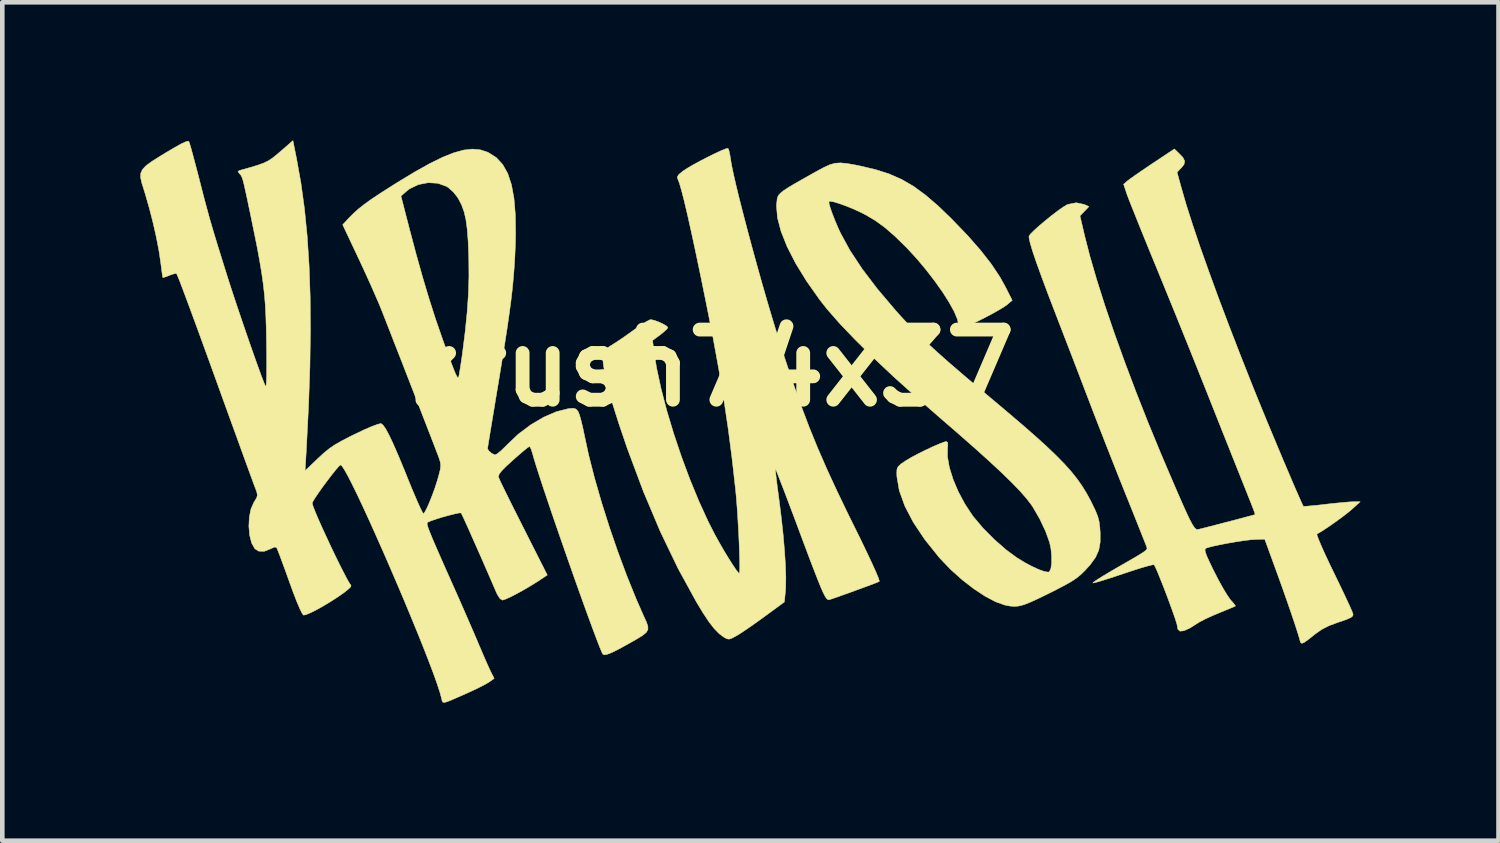
<source format=kicad_pcb>
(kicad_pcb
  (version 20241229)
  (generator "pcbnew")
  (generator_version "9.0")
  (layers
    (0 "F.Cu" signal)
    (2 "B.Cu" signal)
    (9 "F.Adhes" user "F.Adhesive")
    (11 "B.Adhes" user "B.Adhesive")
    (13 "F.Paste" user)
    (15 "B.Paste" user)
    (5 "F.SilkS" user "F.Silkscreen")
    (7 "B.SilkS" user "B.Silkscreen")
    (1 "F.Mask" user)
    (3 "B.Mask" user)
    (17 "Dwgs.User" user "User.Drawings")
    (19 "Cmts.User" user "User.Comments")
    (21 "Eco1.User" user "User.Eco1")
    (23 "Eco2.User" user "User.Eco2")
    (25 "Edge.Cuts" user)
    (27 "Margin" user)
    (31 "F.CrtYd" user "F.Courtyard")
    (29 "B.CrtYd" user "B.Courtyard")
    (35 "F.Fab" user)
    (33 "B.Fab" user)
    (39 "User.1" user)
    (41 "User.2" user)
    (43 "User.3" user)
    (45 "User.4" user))
  (footprint "krush74x37"
    (layer "F.Cu")
    (at 12.368 4.945)
    (property "Reference" "krush74x37" (at 0 0 0) (layer "F.SilkS") (effects (font (size 1.524 1.524) (thickness 0.3))))
    (attr through_hole)
    (fp_poly (pts (xy 0.398 -4.772) (xy 0.418 -4.729) (xy 0.439 -4.636) (xy 0.453 -4.545) (xy 0.476 -4.408) (xy 0.517 -4.21) (xy 0.575 -3.959) (xy 0.647 -3.665) (xy 0.731 -3.336) (xy 0.824 -2.981) (xy 0.924 -2.608) (xy 1.029 -2.226) (xy 1.136 -1.843) (xy 1.244 -1.469) (xy 1.35 -1.112) (xy 1.434 -0.835) (xy 1.623 -0.238) (xy 1.803 0.302) (xy 1.979 0.801) (xy 2.158 1.275) (xy 2.346 1.737) (xy 2.549 2.203) (xy 2.773 2.687) (xy 3.023 3.206) (xy 3.121 3.404) (xy 3.279 3.724) (xy 3.413 4.002) (xy 3.523 4.236) (xy 3.606 4.42) (xy 3.661 4.551) (xy 3.685 4.624) (xy 3.684 4.638) (xy 3.641 4.657) (xy 3.545 4.694) (xy 3.408 4.745) (xy 3.247 4.804) (xy 3.075 4.867) (xy 2.907 4.927) (xy 2.758 4.98) (xy 2.642 5.02) (xy 2.606 5.031) (xy 2.583 5.035) (xy 2.56 5.027) (xy 2.534 5.001) (xy 2.503 4.952) (xy 2.464 4.875) (xy 2.415 4.764) (xy 2.354 4.613) (xy 2.277 4.417) (xy 2.182 4.17) (xy 2.068 3.866) (xy 1.931 3.5) (xy 1.922 3.475) (xy 1.814 3.186) (xy 1.713 2.92) (xy 1.624 2.684) (xy 1.547 2.486) (xy 1.488 2.333) (xy 1.447 2.232) (xy 1.428 2.19) (xy 1.427 2.189) (xy 1.429 2.226) (xy 1.439 2.324) (xy 1.456 2.471) (xy 1.48 2.656) (xy 1.508 2.867) (xy 1.556 3.251) (xy 1.596 3.622) (xy 1.626 3.97) (xy 1.646 4.283) (xy 1.655 4.552) (xy 1.652 4.764) (xy 1.647 4.836) (xy 1.623 5.083) (xy 1.192 5.399) (xy 1.023 5.521) (xy 0.858 5.637) (xy 0.715 5.734) (xy 0.609 5.802) (xy 0.588 5.814) (xy 0.487 5.869) (xy 0.424 5.891) (xy 0.372 5.883) (xy 0.308 5.847) (xy 0.307 5.847) (xy 0.206 5.772) (xy 0.102 5.666) (xy -0.012 5.52) (xy -0.142 5.324) (xy -0.284 5.09) (xy -0.686 4.357) (xy -1.072 3.554) (xy -1.44 2.683) (xy -1.791 1.744) (xy -1.975 1.202) (xy -2.109 0.778) (xy -2.21 0.418) (xy -2.278 0.123) (xy -2.314 -0.108) (xy -2.32 -0.218) (xy -2.317 -0.308) (xy -2.297 -0.369) (xy -2.247 -0.42) (xy -2.152 -0.483) (xy -2.122 -0.501) (xy -2.002 -0.578) (xy -1.85 -0.681) (xy -1.693 -0.793) (xy -1.633 -0.836) (xy -1.503 -0.928) (xy -1.389 -1.001) (xy -1.307 -1.044) (xy -1.279 -1.051) (xy -1.207 -1.037) (xy -1.11 -1.001) (xy -1.012 -0.956) (xy -0.937 -0.912) (xy -0.907 -0.879) (xy -0.934 -0.842) (xy -1.003 -0.779) (xy -1.073 -0.723) (xy -1.24 -0.599) (xy -1.216 -0.399) (xy -1.154 -0.003) (xy -1.058 0.441) (xy -0.934 0.919) (xy -0.784 1.418) (xy -0.615 1.922) (xy -0.43 2.419) (xy -0.234 2.895) (xy -0.032 3.336) (xy 0.115 3.624) (xy 0.212 3.799) (xy 0.313 3.974) (xy 0.413 4.138) (xy 0.503 4.28) (xy 0.577 4.389) (xy 0.627 4.452) (xy 0.642 4.463) (xy 0.65 4.429) (xy 0.654 4.333) (xy 0.652 4.186) (xy 0.647 4) (xy 0.639 3.785) (xy 0.628 3.551) (xy 0.614 3.311) (xy 0.599 3.074) (xy 0.582 2.852) (xy 0.564 2.655) (xy 0.561 2.631) (xy 0.487 1.974) (xy 0.404 1.332) (xy 0.308 0.687) (xy 0.197 0.022) (xy 0.069 -0.679) (xy -0.07 -1.382) (xy -0.19 -1.971) (xy -0.298 -2.489) (xy -0.394 -2.936) (xy -0.478 -3.312) (xy -0.55 -3.618) (xy -0.61 -3.851) (xy -0.657 -4.014) (xy -0.692 -4.105) (xy -0.693 -4.106) (xy -0.703 -4.153) (xy -0.672 -4.202) (xy -0.591 -4.27) (xy -0.572 -4.284) (xy -0.478 -4.345) (xy -0.349 -4.42) (xy -0.198 -4.502) (xy -0.04 -4.584) (xy 0.113 -4.659) (xy 0.245 -4.72) (xy 0.344 -4.761) (xy 0.395 -4.773) (xy 0.398 -4.772)) (stroke (width 0.01) (type solid)) (fill yes) (layer "F.SilkS"))
    (fp_poly (pts (xy 2.989 -4.442) (xy 3.175 -4.409) (xy 3.277 -4.388) (xy 3.607 -4.31) (xy 3.901 -4.216) (xy 4.171 -4.097) (xy 4.43 -3.947) (xy 4.689 -3.757) (xy 4.963 -3.522) (xy 5.263 -3.233) (xy 5.263 -3.232) (xy 5.604 -2.878) (xy 5.888 -2.554) (xy 6.121 -2.255) (xy 6.309 -1.972) (xy 6.426 -1.76) (xy 6.573 -1.47) (xy 6.457 -1.372) (xy 6.377 -1.317) (xy 6.255 -1.244) (xy 6.105 -1.161) (xy 5.943 -1.076) (xy 5.783 -0.997) (xy 5.641 -0.931) (xy 5.531 -0.886) (xy 5.47 -0.87) (xy 5.416 -0.9) (xy 5.407 -0.939) (xy 5.382 -1.061) (xy 5.313 -1.225) (xy 5.204 -1.423) (xy 5.063 -1.646) (xy 4.895 -1.883) (xy 4.707 -2.127) (xy 4.505 -2.369) (xy 4.294 -2.598) (xy 4.257 -2.636) (xy 4.019 -2.868) (xy 3.807 -3.052) (xy 3.604 -3.2) (xy 3.394 -3.325) (xy 3.284 -3.381) (xy 3.125 -3.454) (xy 2.963 -3.52) (xy 2.814 -3.573) (xy 2.692 -3.61) (xy 2.613 -3.624) (xy 2.592 -3.62) (xy 2.593 -3.576) (xy 2.619 -3.482) (xy 2.665 -3.351) (xy 2.725 -3.198) (xy 2.793 -3.037) (xy 2.845 -2.926) (xy 3.048 -2.554) (xy 3.315 -2.15) (xy 3.646 -1.715) (xy 4.039 -1.251) (xy 4.165 -1.11) (xy 4.331 -0.932) (xy 4.513 -0.748) (xy 4.719 -0.55) (xy 4.954 -0.335) (xy 5.225 -0.095) (xy 5.539 0.175) (xy 5.901 0.481) (xy 6.047 0.603) (xy 6.437 0.931) (xy 6.775 1.219) (xy 7.066 1.473) (xy 7.314 1.697) (xy 7.524 1.898) (xy 7.702 2.079) (xy 7.852 2.246) (xy 7.979 2.405) (xy 8.088 2.559) (xy 8.184 2.715) (xy 8.273 2.877) (xy 8.3 2.931) (xy 8.379 3.095) (xy 8.43 3.221) (xy 8.46 3.333) (xy 8.476 3.459) (xy 8.484 3.572) (xy 8.484 3.782) (xy 8.454 3.955) (xy 8.385 4.111) (xy 8.27 4.271) (xy 8.149 4.404) (xy 8.066 4.485) (xy 7.976 4.559) (xy 7.867 4.632) (xy 7.726 4.713) (xy 7.541 4.81) (xy 7.367 4.897) (xy 7.14 5.008) (xy 6.965 5.088) (xy 6.829 5.142) (xy 6.718 5.171) (xy 6.622 5.18) (xy 6.526 5.172) (xy 6.417 5.151) (xy 6.409 5.149) (xy 6.21 5.078) (xy 5.981 4.957) (xy 5.734 4.794) (xy 5.483 4.599) (xy 5.238 4.38) (xy 5.013 4.145) (xy 4.983 4.112) (xy 4.672 3.724) (xy 4.424 3.352) (xy 4.24 2.999) (xy 4.12 2.666) (xy 4.067 2.356) (xy 4.065 2.276) (xy 4.069 2.2) (xy 4.093 2.144) (xy 4.15 2.089) (xy 4.254 2.018) (xy 4.273 2.006) (xy 4.388 1.938) (xy 4.534 1.861) (xy 4.693 1.782) (xy 4.851 1.708) (xy 4.99 1.648) (xy 5.095 1.608) (xy 5.144 1.597) (xy 5.172 1.621) (xy 5.173 1.702) (xy 5.168 1.733) (xy 5.166 1.926) (xy 5.207 2.158) (xy 5.287 2.416) (xy 5.401 2.686) (xy 5.544 2.953) (xy 5.709 3.204) (xy 5.731 3.233) (xy 5.94 3.48) (xy 6.189 3.731) (xy 6.453 3.96) (xy 6.673 4.121) (xy 6.835 4.221) (xy 6.997 4.308) (xy 7.147 4.377) (xy 7.271 4.421) (xy 7.355 4.435) (xy 7.381 4.426) (xy 7.413 4.355) (xy 7.429 4.234) (xy 7.429 4.085) (xy 7.414 3.927) (xy 7.385 3.79) (xy 7.297 3.546) (xy 7.173 3.283) (xy 7.03 3.035) (xy 6.991 2.975) (xy 6.888 2.84) (xy 6.747 2.679) (xy 6.565 2.49) (xy 6.339 2.27) (xy 6.066 2.016) (xy 5.743 1.726) (xy 5.367 1.396) (xy 5.08 1.148) (xy 4.51 0.651) (xy 3.999 0.191) (xy 3.547 -0.234) (xy 3.154 -0.622) (xy 2.82 -0.972) (xy 2.547 -1.284) (xy 2.387 -1.488) (xy 2.103 -1.891) (xy 1.868 -2.274) (xy 1.684 -2.633) (xy 1.552 -2.964) (xy 1.473 -3.263) (xy 1.451 -3.526) (xy 1.466 -3.67) (xy 1.477 -3.715) (xy 1.499 -3.757) (xy 1.539 -3.8) (xy 1.603 -3.852) (xy 1.7 -3.916) (xy 1.837 -3.998) (xy 2.021 -4.103) (xy 2.259 -4.237) (xy 2.322 -4.272) (xy 2.483 -4.359) (xy 2.611 -4.417) (xy 2.726 -4.449) (xy 2.845 -4.456) (xy 2.989 -4.442)) (stroke (width 0.01) (type solid)) (fill yes) (layer "F.SilkS"))
    (fp_poly (pts (xy 10.185 -4.674) (xy 10.282 -4.573) (xy 10.32 -4.494) (xy 10.305 -4.422) (xy 10.251 -4.354) (xy 10.154 -4.253) (xy 10.247 -3.914) (xy 10.352 -3.552) (xy 10.487 -3.129) (xy 10.648 -2.65) (xy 10.836 -2.121) (xy 11.046 -1.545) (xy 11.279 -0.928) (xy 11.532 -0.274) (xy 11.795 0.391) (xy 11.885 0.614) (xy 11.987 0.864) (xy 12.097 1.132) (xy 12.213 1.41) (xy 12.33 1.69) (xy 12.444 1.963) (xy 12.554 2.221) (xy 12.654 2.456) (xy 12.742 2.66) (xy 12.814 2.823) (xy 12.866 2.939) (xy 12.895 2.999) (xy 12.899 3.005) (xy 12.937 3.005) (xy 13.033 2.997) (xy 13.175 2.984) (xy 13.348 2.965) (xy 13.394 2.959) (xy 13.586 2.938) (xy 13.763 2.921) (xy 13.907 2.909) (xy 13.999 2.905) (xy 14.006 2.905) (xy 14.133 2.906) (xy 13.952 3.069) (xy 13.855 3.15) (xy 13.727 3.248) (xy 13.584 3.352) (xy 13.442 3.451) (xy 13.317 3.534) (xy 13.225 3.589) (xy 13.193 3.604) (xy 13.197 3.639) (xy 13.231 3.73) (xy 13.29 3.87) (xy 13.371 4.05) (xy 13.47 4.261) (xy 13.561 4.449) (xy 13.672 4.678) (xy 13.773 4.888) (xy 13.858 5.071) (xy 13.924 5.215) (xy 13.965 5.311) (xy 13.978 5.348) (xy 13.972 5.385) (xy 13.933 5.419) (xy 13.851 5.457) (xy 13.713 5.506) (xy 13.664 5.522) (xy 13.459 5.597) (xy 13.296 5.68) (xy 13.144 5.787) (xy 13.12 5.807) (xy 12.995 5.907) (xy 12.914 5.963) (xy 12.866 5.982) (xy 12.84 5.967) (xy 12.831 5.942) (xy 12.789 5.795) (xy 12.723 5.59) (xy 12.638 5.336) (xy 12.537 5.044) (xy 12.423 4.721) (xy 12.343 4.499) (xy 12.059 3.719) (xy 11.862 3.724) (xy 11.75 3.732) (xy 11.598 3.751) (xy 11.421 3.778) (xy 11.238 3.81) (xy 11.064 3.844) (xy 10.916 3.876) (xy 10.813 3.904) (xy 10.776 3.92) (xy 10.761 3.944) (xy 10.767 3.993) (xy 10.796 4.077) (xy 10.853 4.203) (xy 10.939 4.383) (xy 10.967 4.437) (xy 11.061 4.62) (xy 11.155 4.789) (xy 11.239 4.928) (xy 11.304 5.023) (xy 11.321 5.043) (xy 11.385 5.116) (xy 11.42 5.164) (xy 11.422 5.172) (xy 11.386 5.189) (xy 11.298 5.226) (xy 11.172 5.278) (xy 11.075 5.317) (xy 10.914 5.385) (xy 10.765 5.454) (xy 10.649 5.514) (xy 10.611 5.537) (xy 10.434 5.649) (xy 10.304 5.708) (xy 10.217 5.717) (xy 10.171 5.675) (xy 10.16 5.607) (xy 10.147 5.551) (xy 10.112 5.441) (xy 10.06 5.292) (xy 9.996 5.116) (xy 9.926 4.927) (xy 9.854 4.74) (xy 9.785 4.567) (xy 9.726 4.422) (xy 9.68 4.32) (xy 9.655 4.274) (xy 9.615 4.277) (xy 9.518 4.301) (xy 9.374 4.342) (xy 9.196 4.399) (xy 8.993 4.466) (xy 8.987 4.468) (xy 8.784 4.536) (xy 8.605 4.594) (xy 8.461 4.638) (xy 8.364 4.665) (xy 8.324 4.671) (xy 8.323 4.671) (xy 8.347 4.648) (xy 8.424 4.595) (xy 8.544 4.52) (xy 8.698 4.428) (xy 8.824 4.354) (xy 9.05 4.224) (xy 9.22 4.126) (xy 9.342 4.053) (xy 9.424 4.001) (xy 9.473 3.965) (xy 9.496 3.939) (xy 9.502 3.918) (xy 9.497 3.897) (xy 9.495 3.889) (xy 9.477 3.841) (xy 9.435 3.735) (xy 9.373 3.579) (xy 9.294 3.38) (xy 9.202 3.149) (xy 9.099 2.893) (xy 9.037 2.74) (xy 8.906 2.412) (xy 8.763 2.051) (xy 8.615 1.675) (xy 8.471 1.306) (xy 8.338 0.964) (xy 8.233 0.689) (xy 8.113 0.376) (xy 7.979 0.025) (xy 7.839 -0.339) (xy 7.702 -0.694) (xy 7.578 -1.016) (xy 7.522 -1.161) (xy 7.352 -1.603) (xy 7.212 -1.979) (xy 7.1 -2.289) (xy 7.017 -2.533) (xy 6.964 -2.712) (xy 6.939 -2.825) (xy 6.937 -2.863) (xy 6.969 -2.91) (xy 7.047 -2.988) (xy 7.158 -3.088) (xy 7.29 -3.2) (xy 7.429 -3.312) (xy 7.563 -3.414) (xy 7.679 -3.496) (xy 7.764 -3.548) (xy 7.782 -3.555) (xy 7.964 -3.59) (xy 8.137 -3.553) (xy 8.145 -3.55) (xy 8.239 -3.507) (xy 8.142 -3.406) (xy 8.045 -3.305) (xy 8.145 -2.877) (xy 8.261 -2.425) (xy 8.409 -1.918) (xy 8.585 -1.362) (xy 8.787 -0.768) (xy 9.013 -0.141) (xy 9.258 0.509) (xy 9.52 1.174) (xy 9.797 1.847) (xy 9.911 2.115) (xy 10.059 2.461) (xy 10.182 2.746) (xy 10.283 2.975) (xy 10.364 3.155) (xy 10.429 3.291) (xy 10.48 3.388) (xy 10.521 3.453) (xy 10.553 3.49) (xy 10.581 3.507) (xy 10.606 3.509) (xy 10.611 3.508) (xy 10.713 3.482) (xy 10.855 3.446) (xy 11.024 3.403) (xy 11.206 3.355) (xy 11.389 3.308) (xy 11.558 3.263) (xy 11.7 3.225) (xy 11.802 3.198) (xy 11.849 3.184) (xy 11.851 3.183) (xy 11.841 3.148) (xy 11.809 3.06) (xy 11.759 2.931) (xy 11.697 2.776) (xy 11.65 2.657) (xy 11.579 2.48) (xy 11.489 2.254) (xy 11.383 1.989) (xy 11.265 1.692) (xy 11.138 1.374) (xy 11.007 1.044) (xy 10.924 0.835) (xy 10.768 0.442) (xy 10.594 0.007) (xy 10.41 -0.452) (xy 10.222 -0.918) (xy 10.038 -1.371) (xy 9.866 -1.793) (xy 9.716 -2.159) (xy 9.587 -2.472) (xy 9.465 -2.772) (xy 9.353 -3.048) (xy 9.254 -3.295) (xy 9.171 -3.502) (xy 9.107 -3.664) (xy 9.067 -3.77) (xy 9.056 -3.802) (xy 8.993 -3.993) (xy 9.077 -4.066) (xy 9.137 -4.111) (xy 9.244 -4.187) (xy 9.386 -4.285) (xy 9.549 -4.395) (xy 9.629 -4.449) (xy 10.095 -4.759) (xy 10.185 -4.674)) (stroke (width 0.01) (type solid)) (fill yes) (layer "F.SilkS"))
    (fp_poly (pts (xy -8.975 -4.547) (xy -8.88 -4.017) (xy -8.803 -3.457) (xy -8.744 -2.862) (xy -8.703 -2.227) (xy -8.679 -1.548) (xy -8.674 -0.818) (xy -8.685 -0.033) (xy -8.714 0.811) (xy -8.76 1.721) (xy -8.766 1.832) (xy -8.79 2.232) (xy -8.504 1.959) (xy -8.38 1.845) (xy -8.266 1.752) (xy -8.145 1.669) (xy -8 1.586) (xy -7.813 1.489) (xy -7.706 1.437) (xy -7.511 1.344) (xy -7.347 1.273) (xy -7.222 1.226) (xy -7.148 1.207) (xy -7.136 1.208) (xy -7.092 1.245) (xy -7.035 1.328) (xy -6.963 1.462) (xy -6.874 1.651) (xy -6.766 1.898) (xy -6.637 2.208) (xy -6.55 2.425) (xy -6.462 2.64) (xy -6.381 2.83) (xy -6.312 2.987) (xy -6.259 3.099) (xy -6.227 3.158) (xy -6.22 3.164) (xy -6.191 3.133) (xy -6.145 3.047) (xy -6.089 2.921) (xy -6.028 2.769) (xy -5.969 2.606) (xy -5.917 2.445) (xy -5.888 2.343) (xy -5.855 2.213) (xy -5.843 2.123) (xy -5.852 2.045) (xy -5.882 1.949) (xy -5.902 1.895) (xy -5.932 1.818) (xy -5.984 1.682) (xy -6.056 1.495) (xy -6.145 1.266) (xy -6.247 1.004) (xy -6.358 0.716) (xy -6.476 0.412) (xy -6.598 0.099) (xy -6.719 -0.213) (xy -6.838 -0.516) (xy -6.949 -0.802) (xy -7.051 -1.062) (xy -7.118 -1.234) (xy -7.179 -1.384) (xy -7.265 -1.582) (xy -7.367 -1.814) (xy -7.479 -2.061) (xy -7.593 -2.307) (xy -7.62 -2.364) (xy -7.973 -3.113) (xy -7.842 -3.254) (xy -7.741 -3.356) (xy -7.631 -3.455) (xy -7.501 -3.558) (xy -7.342 -3.672) (xy -7.246 -3.735) (xy -6.707 -3.735) (xy -6.527 -3.038) (xy -6.377 -2.472) (xy -6.234 -1.963) (xy -6.094 -1.496) (xy -5.953 -1.056) (xy -5.805 -0.63) (xy -5.781 -0.562) (xy -5.687 -0.304) (xy -5.613 -0.107) (xy -5.558 0.036) (xy -5.518 0.132) (xy -5.489 0.187) (xy -5.47 0.21) (xy -5.458 0.208) (xy -5.447 0.169) (xy -5.43 0.071) (xy -5.407 -0.073) (xy -5.381 -0.248) (xy -5.372 -0.312) (xy -5.312 -0.787) (xy -5.269 -1.211) (xy -5.242 -1.603) (xy -5.23 -1.981) (xy -5.233 -2.365) (xy -5.235 -2.444) (xy -5.248 -2.761) (xy -5.268 -3.017) (xy -5.296 -3.225) (xy -5.336 -3.396) (xy -5.389 -3.543) (xy -5.459 -3.677) (xy -5.473 -3.701) (xy -5.566 -3.82) (xy -5.679 -3.921) (xy -5.716 -3.945) (xy -5.905 -4.013) (xy -6.116 -4.026) (xy -6.328 -3.985) (xy -6.518 -3.894) (xy -6.584 -3.843) (xy -6.707 -3.735) (xy -7.246 -3.735) (xy -7.143 -3.804) (xy -6.894 -3.962) (xy -6.785 -4.031) (xy -6.41 -4.258) (xy -6.085 -4.44) (xy -5.802 -4.579) (xy -5.558 -4.676) (xy -5.345 -4.735) (xy -5.158 -4.756) (xy -4.99 -4.742) (xy -4.837 -4.694) (xy -4.803 -4.678) (xy -4.635 -4.571) (xy -4.497 -4.422) (xy -4.388 -4.228) (xy -4.307 -3.985) (xy -4.252 -3.688) (xy -4.222 -3.332) (xy -4.216 -2.915) (xy -4.222 -2.667) (xy -4.232 -2.424) (xy -4.246 -2.192) (xy -4.264 -1.96) (xy -4.287 -1.72) (xy -4.317 -1.463) (xy -4.355 -1.178) (xy -4.401 -0.858) (xy -4.458 -0.492) (xy -4.526 -0.072) (xy -4.592 0.331) (xy -4.644 0.641) (xy -4.691 0.928) (xy -4.734 1.185) (xy -4.77 1.403) (xy -4.798 1.575) (xy -4.817 1.693) (xy -4.826 1.749) (xy -4.826 1.753) (xy -4.798 1.801) (xy -4.736 1.854) (xy -4.672 1.885) (xy -4.66 1.887) (xy -4.612 1.862) (xy -4.531 1.795) (xy -4.432 1.7) (xy -4.399 1.665) (xy -4.156 1.435) (xy -3.887 1.234) (xy -3.608 1.069) (xy -3.333 0.95) (xy -3.078 0.885) (xy -3.072 0.884) (xy -2.968 0.875) (xy -2.907 0.89) (xy -2.865 0.936) (xy -2.857 0.948) (xy -2.829 1.017) (xy -2.794 1.14) (xy -2.756 1.298) (xy -2.724 1.451) (xy -2.628 1.896) (xy -2.502 2.389) (xy -2.351 2.914) (xy -2.18 3.454) (xy -1.994 3.995) (xy -1.798 4.521) (xy -1.598 5.015) (xy -1.435 5.386) (xy -1.376 5.514) (xy -1.343 5.609) (xy -1.341 5.682) (xy -1.377 5.744) (xy -1.457 5.81) (xy -1.587 5.89) (xy -1.742 5.978) (xy -1.955 6.096) (xy -2.114 6.176) (xy -2.224 6.22) (xy -2.293 6.231) (xy -2.319 6.219) (xy -2.345 6.17) (xy -2.391 6.059) (xy -2.455 5.894) (xy -2.535 5.681) (xy -2.628 5.429) (xy -2.731 5.145) (xy -2.842 4.836) (xy -2.958 4.508) (xy -3.077 4.17) (xy -3.196 3.829) (xy -3.313 3.491) (xy -3.425 3.165) (xy -3.529 2.857) (xy -3.624 2.575) (xy -3.705 2.326) (xy -3.772 2.117) (xy -3.821 1.956) (xy -3.848 1.86) (xy -3.877 1.766) (xy -3.906 1.711) (xy -3.915 1.705) (xy -3.953 1.728) (xy -4.032 1.791) (xy -4.141 1.884) (xy -4.27 1.997) (xy -4.277 2.003) (xy -4.421 2.135) (xy -4.516 2.231) (xy -4.569 2.299) (xy -4.589 2.348) (xy -4.586 2.375) (xy -4.565 2.425) (xy -4.515 2.531) (xy -4.44 2.685) (xy -4.345 2.878) (xy -4.233 3.102) (xy -4.109 3.348) (xy -4.046 3.473) (xy -3.528 4.498) (xy -3.717 4.624) (xy -3.865 4.717) (xy -4.026 4.812) (xy -4.184 4.9) (xy -4.326 4.973) (xy -4.437 5.023) (xy -4.502 5.043) (xy -4.504 5.043) (xy -4.555 5.011) (xy -4.613 4.921) (xy -4.636 4.871) (xy -4.744 4.622) (xy -4.855 4.367) (xy -4.965 4.114) (xy -5.072 3.873) (xy -5.17 3.652) (xy -5.255 3.46) (xy -5.325 3.307) (xy -5.374 3.201) (xy -5.4 3.151) (xy -5.401 3.149) (xy -5.442 3.149) (xy -5.534 3.168) (xy -5.658 3.199) (xy -5.797 3.237) (xy -5.932 3.279) (xy -6.045 3.317) (xy -6.119 3.348) (xy -6.125 3.352) (xy -6.136 3.364) (xy -6.138 3.386) (xy -6.131 3.426) (xy -6.111 3.488) (xy -6.075 3.58) (xy -6.023 3.707) (xy -5.951 3.876) (xy -5.856 4.092) (xy -5.737 4.362) (xy -5.59 4.691) (xy -5.581 4.712) (xy -5.465 4.972) (xy -5.346 5.243) (xy -5.231 5.507) (xy -5.127 5.746) (xy -5.043 5.943) (xy -5.019 6) (xy -4.94 6.185) (xy -4.866 6.357) (xy -4.802 6.5) (xy -4.757 6.596) (xy -4.75 6.611) (xy -4.682 6.745) (xy -4.789 6.821) (xy -4.866 6.867) (xy -4.991 6.932) (xy -5.145 7.006) (xy -5.269 7.063) (xy -5.468 7.151) (xy -5.61 7.213) (xy -5.705 7.251) (xy -5.764 7.266) (xy -5.797 7.26) (xy -5.812 7.236) (xy -5.822 7.195) (xy -5.826 7.174) (xy -5.862 7.042) (xy -5.922 6.859) (xy -6.003 6.632) (xy -6.103 6.368) (xy -6.219 6.071) (xy -6.348 5.75) (xy -6.488 5.409) (xy -6.635 5.055) (xy -6.788 4.695) (xy -6.943 4.335) (xy -7.097 3.981) (xy -7.249 3.639) (xy -7.394 3.316) (xy -7.531 3.018) (xy -7.657 2.751) (xy -7.769 2.522) (xy -7.864 2.337) (xy -7.94 2.202) (xy -7.994 2.123) (xy -8.018 2.105) (xy -8.053 2.132) (xy -8.119 2.207) (xy -8.206 2.316) (xy -8.305 2.445) (xy -8.406 2.581) (xy -8.499 2.712) (xy -8.575 2.825) (xy -8.623 2.905) (xy -8.635 2.937) (xy -8.62 2.994) (xy -8.578 3.104) (xy -8.514 3.257) (xy -8.433 3.44) (xy -8.339 3.644) (xy -8.24 3.857) (xy -8.139 4.069) (xy -8.041 4.268) (xy -7.952 4.444) (xy -7.878 4.586) (xy -7.822 4.682) (xy -7.792 4.722) (xy -7.798 4.754) (xy -7.857 4.811) (xy -7.956 4.889) (xy -8.085 4.978) (xy -8.232 5.073) (xy -8.386 5.166) (xy -8.533 5.249) (xy -8.665 5.315) (xy -8.767 5.358) (xy -8.823 5.37) (xy -8.852 5.335) (xy -8.901 5.237) (xy -8.968 5.08) (xy -9.05 4.868) (xy -9.126 4.659) (xy -9.203 4.444) (xy -9.274 4.251) (xy -9.333 4.09) (xy -9.378 3.974) (xy -9.403 3.913) (xy -9.406 3.907) (xy -9.445 3.888) (xy -9.52 3.918) (xy -9.538 3.928) (xy -9.677 3.983) (xy -9.798 3.979) (xy -9.88 3.928) (xy -9.95 3.805) (xy -9.994 3.636) (xy -10.011 3.441) (xy -10.002 3.242) (xy -9.965 3.06) (xy -9.9 2.915) (xy -9.845 2.827) (xy -9.826 2.765) (xy -9.839 2.695) (xy -9.87 2.611) (xy -9.895 2.547) (xy -9.941 2.421) (xy -10.007 2.24) (xy -10.09 2.013) (xy -10.187 1.745) (xy -10.296 1.444) (xy -10.415 1.117) (xy -10.54 0.771) (xy -10.592 0.628) (xy -10.79 0.079) (xy -10.965 -0.403) (xy -11.117 -0.821) (xy -11.247 -1.174) (xy -11.355 -1.466) (xy -11.442 -1.698) (xy -11.507 -1.87) (xy -11.553 -1.985) (xy -11.58 -2.045) (xy -11.586 -2.055) (xy -11.625 -2.051) (xy -11.705 -2.025) (xy -11.737 -2.012) (xy -11.823 -1.979) (xy -11.875 -1.965) (xy -11.881 -1.966) (xy -11.888 -2.005) (xy -11.902 -2.099) (xy -11.919 -2.233) (xy -11.931 -2.322) (xy -11.968 -2.566) (xy -12.025 -2.856) (xy -12.096 -3.169) (xy -12.177 -3.483) (xy -12.261 -3.776) (xy -12.291 -3.873) (xy -12.338 -4.022) (xy -12.363 -4.138) (xy -12.36 -4.232) (xy -12.323 -4.313) (xy -12.247 -4.394) (xy -12.124 -4.485) (xy -11.948 -4.596) (xy -11.829 -4.669) (xy -11.628 -4.788) (xy -11.483 -4.869) (xy -11.385 -4.915) (xy -11.33 -4.928) (xy -11.313 -4.919) (xy -11.297 -4.871) (xy -11.265 -4.764) (xy -11.223 -4.609) (xy -11.172 -4.418) (xy -11.115 -4.201) (xy -11.102 -4.151) (xy -11.033 -3.879) (xy -10.973 -3.649) (xy -10.919 -3.448) (xy -10.868 -3.262) (xy -10.814 -3.075) (xy -10.754 -2.874) (xy -10.684 -2.644) (xy -10.599 -2.371) (xy -10.516 -2.105) (xy -10.442 -1.871) (xy -10.357 -1.61) (xy -10.265 -1.334) (xy -10.169 -1.049) (xy -10.072 -0.766) (xy -9.978 -0.494) (xy -9.889 -0.241) (xy -9.809 -0.018) (xy -9.742 0.167) (xy -9.689 0.305) (xy -9.654 0.386) (xy -9.647 0.399) (xy -9.637 0.382) (xy -9.63 0.295) (xy -9.625 0.142) (xy -9.624 -0.073) (xy -9.625 -0.349) (xy -9.628 -0.544) (xy -9.633 -0.847) (xy -9.642 -1.116) (xy -9.654 -1.36) (xy -9.673 -1.594) (xy -9.699 -1.827) (xy -9.734 -2.072) (xy -9.779 -2.341) (xy -9.835 -2.644) (xy -9.906 -2.994) (xy -9.99 -3.403) (xy -9.996 -3.43) (xy -10.047 -3.674) (xy -10.087 -3.858) (xy -10.117 -3.99) (xy -10.14 -4.081) (xy -10.16 -4.14) (xy -10.178 -4.179) (xy -10.198 -4.205) (xy -10.217 -4.225) (xy -10.249 -4.268) (xy -10.22 -4.29) (xy -10.205 -4.294) (xy -9.985 -4.356) (xy -9.82 -4.406) (xy -9.696 -4.45) (xy -9.598 -4.497) (xy -9.511 -4.552) (xy -9.421 -4.623) (xy -9.325 -4.704) (xy -9.054 -4.94) (xy -8.975 -4.547)) (stroke (width 0.01) (type solid)) (fill yes) (layer "F.SilkS")))
  (gr_rect
    (start -3 -3)
    (end 29.506 15.215)
    (stroke (width 0.1) (type default))
    (fill no)
    (layer "Edge.Cuts")))
</source>
